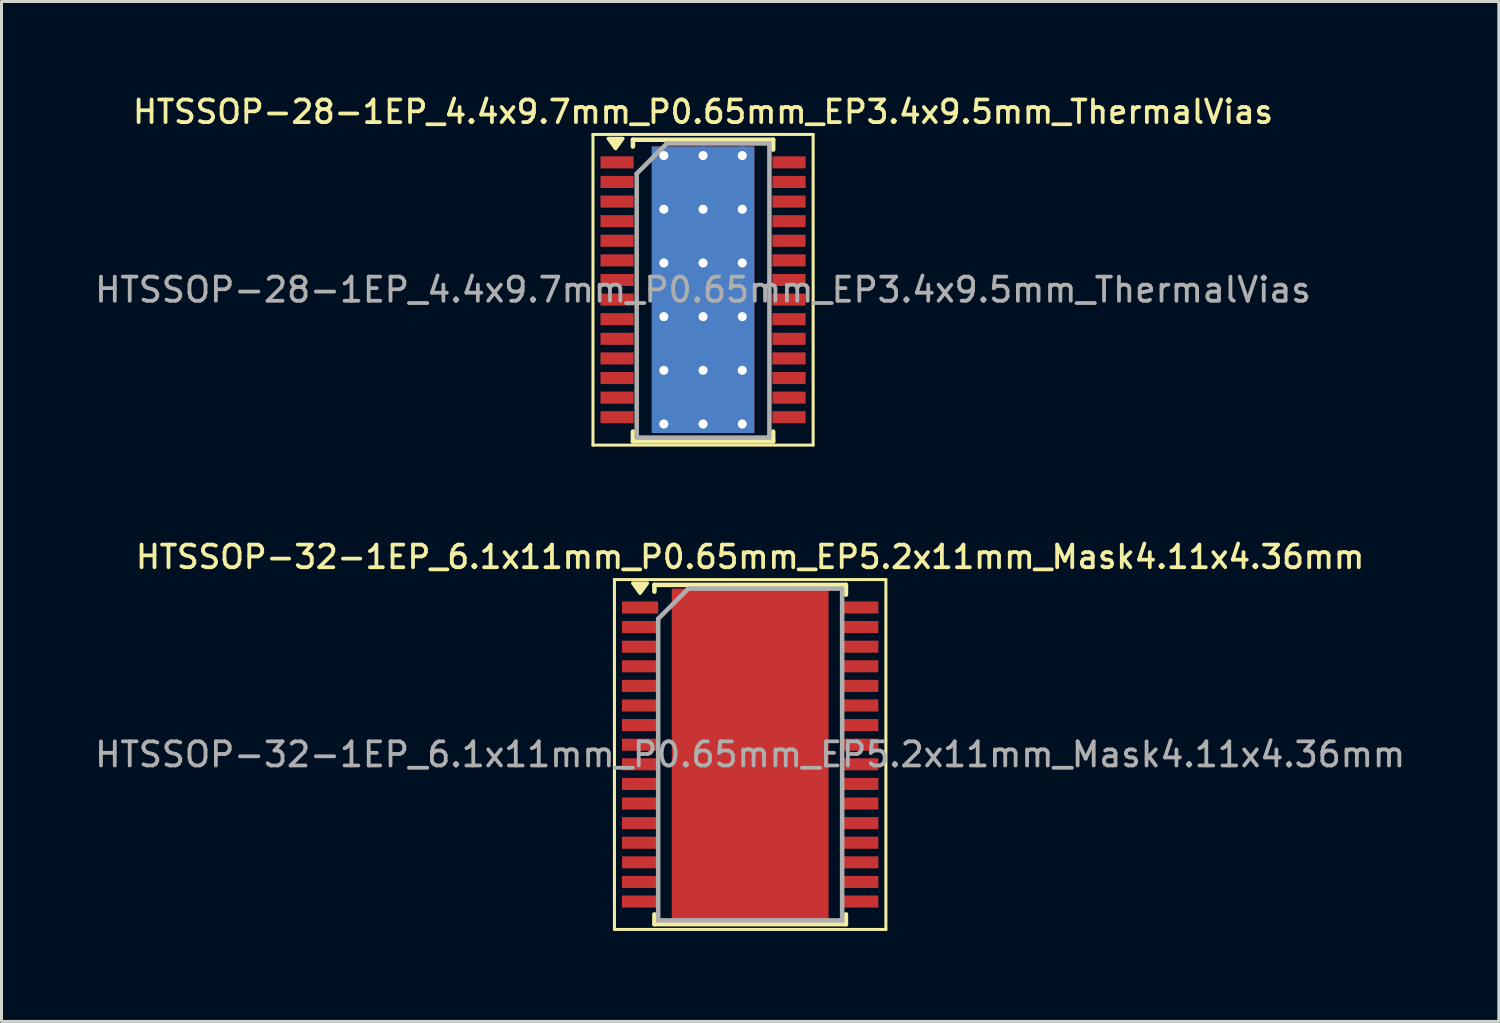
<source format=kicad_pcb>
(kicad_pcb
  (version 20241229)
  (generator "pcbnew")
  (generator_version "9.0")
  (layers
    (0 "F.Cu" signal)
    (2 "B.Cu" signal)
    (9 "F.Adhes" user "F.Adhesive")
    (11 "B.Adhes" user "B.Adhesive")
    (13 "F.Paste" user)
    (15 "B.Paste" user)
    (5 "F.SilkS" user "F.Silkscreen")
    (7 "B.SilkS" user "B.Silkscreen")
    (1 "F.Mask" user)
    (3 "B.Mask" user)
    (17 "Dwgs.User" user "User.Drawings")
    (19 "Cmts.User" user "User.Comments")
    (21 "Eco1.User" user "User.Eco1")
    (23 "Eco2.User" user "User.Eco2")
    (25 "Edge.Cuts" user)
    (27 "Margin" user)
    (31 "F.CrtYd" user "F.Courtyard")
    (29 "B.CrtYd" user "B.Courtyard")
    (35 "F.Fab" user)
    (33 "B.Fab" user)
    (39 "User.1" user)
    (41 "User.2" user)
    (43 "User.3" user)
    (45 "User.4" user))
  (footprint "HTSSOP-28-1EP_4.4x9.7mm_P0.65mm_EP3.4x9.5mm_ThermalVias"
    (layer "F.Cu")
    (at 20.26 6.558)
    (property "Reference" "HTSSOP-28-1EP_4.4x9.7mm_P0.65mm_EP3.4x9.5mm_ThermalVias" (at 0 -5.9 0) (layer "F.SilkS") (effects (font (size 0.75 0.75) (thickness 0.125))))
    (attr smd)
    (fp_line (start -3.65 -5.15) (end -3.65 5.15) (stroke (width 0.1) (type solid)) (layer "F.SilkS"))
    (fp_line (start -3.65 -5.15) (end 3.65 -5.15) (stroke (width 0.1) (type solid)) (layer "F.SilkS"))
    (fp_line (start -3.65 5.15) (end 3.65 5.15) (stroke (width 0.1) (type solid)) (layer "F.SilkS"))
    (fp_line (start -2.325 -4.975) (end -2.325 -4.75) (stroke (width 0.15) (type solid)) (layer "F.SilkS"))
    (fp_line (start -2.325 -4.975) (end 2.325 -4.975) (stroke (width 0.15) (type solid)) (layer "F.SilkS"))
    (fp_line (start -2.325 5.026) (end -2.325 4.701) (stroke (width 0.15) (type solid)) (layer "F.SilkS"))
    (fp_line (start -2.325 5.026) (end 2.325 5.026) (stroke (width 0.15) (type solid)) (layer "F.SilkS"))
    (fp_line (start 2.325 -4.975) (end 2.325 -4.65) (stroke (width 0.15) (type solid)) (layer "F.SilkS"))
    (fp_line (start 2.325 5.026) (end 2.325 4.701) (stroke (width 0.15) (type solid)) (layer "F.SilkS"))
    (fp_line (start 3.65 -5.15) (end 3.65 5.15) (stroke (width 0.1) (type solid)) (layer "F.SilkS"))
    (fp_poly (pts (xy -2.9 -4.685) (xy -3.14 -5.015) (xy -2.66 -5.015) (xy -2.9 -4.685)) (stroke (width 0.12) (type solid)) (fill yes) (layer "F.SilkS"))
    (fp_line (start -2.2 -3.85) (end -1.2 -4.85) (stroke (width 0.15) (type solid)) (layer "F.Fab"))
    (fp_line (start -2.2 4.85) (end -2.2 -3.85) (stroke (width 0.15) (type solid)) (layer "F.Fab"))
    (fp_line (start -1.2 -4.85) (end 2.2 -4.85) (stroke (width 0.15) (type solid)) (layer "F.Fab"))
    (fp_line (start 2.2 -4.85) (end 2.2 4.85) (stroke (width 0.15) (type solid)) (layer "F.Fab"))
    (fp_line (start 2.2 4.901) (end -2.2 4.901) (stroke (width 0.15) (type solid)) (layer "F.Fab"))
    (fp_text user "${REFERENCE}" (at 0 0 0) (layer "F.Fab") (effects (font (size 0.8 0.8) (thickness 0.125))))
    (pad "" smd rect (at -0.85 -3.56) (size 1.4 1.4) (layers "F.Paste"))
    (pad "" smd rect (at -0.85 -1.78) (size 1.4 1.4) (layers "F.Paste"))
    (pad "" smd rect (at -0.85 0) (size 1.4 1.4) (layers "F.Paste"))
    (pad "" smd rect (at -0.85 1.78) (size 1.4 1.4) (layers "F.Paste"))
    (pad "" smd rect (at -0.85 3.56) (size 1.4 1.4) (layers "F.Paste"))
    (pad "" smd rect (at 0.85 -3.56) (size 1.4 1.4) (layers "F.Paste"))
    (pad "" smd rect (at 0.85 -1.78) (size 1.4 1.4) (layers "F.Paste"))
    (pad "" smd rect (at 0.85 0) (size 1.4 1.4) (layers "F.Paste"))
    (pad "" smd rect (at 0.85 1.78) (size 1.4 1.4) (layers "F.Paste"))
    (pad "" smd rect (at 0.85 3.56) (size 1.4 1.4) (layers "F.Paste"))
    (pad "1" smd rect (at -2.85 -4.225) (size 1.1 0.4) (layers "F.Cu" "F.Mask" "F.Paste"))
    (pad "2" smd rect (at -2.85 -3.575) (size 1.1 0.4) (layers "F.Cu" "F.Mask" "F.Paste"))
    (pad "3" smd rect (at -2.85 -2.925) (size 1.1 0.4) (layers "F.Cu" "F.Mask" "F.Paste"))
    (pad "4" smd rect (at -2.85 -2.275) (size 1.1 0.4) (layers "F.Cu" "F.Mask" "F.Paste"))
    (pad "5" smd rect (at -2.85 -1.625) (size 1.1 0.4) (layers "F.Cu" "F.Mask" "F.Paste"))
    (pad "6" smd rect (at -2.85 -0.975) (size 1.1 0.4) (layers "F.Cu" "F.Mask" "F.Paste"))
    (pad "7" smd rect (at -2.85 -0.325) (size 1.1 0.4) (layers "F.Cu" "F.Mask" "F.Paste"))
    (pad "8" smd rect (at -2.85 0.325) (size 1.1 0.4) (layers "F.Cu" "F.Mask" "F.Paste"))
    (pad "9" smd rect (at -2.85 0.975) (size 1.1 0.4) (layers "F.Cu" "F.Mask" "F.Paste"))
    (pad "10" smd rect (at -2.85 1.625) (size 1.1 0.4) (layers "F.Cu" "F.Mask" "F.Paste"))
    (pad "11" smd rect (at -2.85 2.275) (size 1.1 0.4) (layers "F.Cu" "F.Mask" "F.Paste"))
    (pad "12" smd rect (at -2.85 2.925) (size 1.1 0.4) (layers "F.Cu" "F.Mask" "F.Paste"))
    (pad "13" smd rect (at -2.85 3.575) (size 1.1 0.4) (layers "F.Cu" "F.Mask" "F.Paste"))
    (pad "14" smd rect (at -2.85 4.225) (size 1.1 0.4) (layers "F.Cu" "F.Mask" "F.Paste"))
    (pad "15" smd rect (at 2.85 4.225) (size 1.1 0.4) (layers "F.Cu" "F.Mask" "F.Paste"))
    (pad "16" smd rect (at 2.85 3.575) (size 1.1 0.4) (layers "F.Cu" "F.Mask" "F.Paste"))
    (pad "17" smd rect (at 2.85 2.925) (size 1.1 0.4) (layers "F.Cu" "F.Mask" "F.Paste"))
    (pad "18" smd rect (at 2.85 2.275) (size 1.1 0.4) (layers "F.Cu" "F.Mask" "F.Paste"))
    (pad "19" smd rect (at 2.85 1.625) (size 1.1 0.4) (layers "F.Cu" "F.Mask" "F.Paste"))
    (pad "20" smd rect (at 2.85 0.975) (size 1.1 0.4) (layers "F.Cu" "F.Mask" "F.Paste"))
    (pad "21" smd rect (at 2.85 0.325) (size 1.1 0.4) (layers "F.Cu" "F.Mask" "F.Paste"))
    (pad "22" smd rect (at 2.85 -0.325) (size 1.1 0.4) (layers "F.Cu" "F.Mask" "F.Paste"))
    (pad "23" smd rect (at 2.85 -0.975) (size 1.1 0.4) (layers "F.Cu" "F.Mask" "F.Paste"))
    (pad "24" smd rect (at 2.85 -1.625) (size 1.1 0.4) (layers "F.Cu" "F.Mask" "F.Paste"))
    (pad "25" smd rect (at 2.85 -2.275) (size 1.1 0.4) (layers "F.Cu" "F.Mask" "F.Paste"))
    (pad "26" smd rect (at 2.85 -2.925) (size 1.1 0.4) (layers "F.Cu" "F.Mask" "F.Paste"))
    (pad "27" smd rect (at 2.85 -3.575) (size 1.1 0.4) (layers "F.Cu" "F.Mask" "F.Paste"))
    (pad "28" smd rect (at 2.85 -4.225) (size 1.1 0.4) (layers "F.Cu" "F.Mask" "F.Paste"))
    (pad "29" thru_hole circle (at -1.3 -4.45) (size 0.6 0.6) (drill 0.3) (layers "*.Cu"))
    (pad "29" thru_hole circle (at -1.3 -2.67) (size 0.6 0.6) (drill 0.3) (layers "*.Cu"))
    (pad "29" thru_hole circle (at -1.3 -0.89) (size 0.6 0.6) (drill 0.3) (layers "*.Cu"))
    (pad "29" thru_hole circle (at -1.3 0.89) (size 0.6 0.6) (drill 0.3) (layers "*.Cu"))
    (pad "29" thru_hole circle (at -1.3 2.67) (size 0.6 0.6) (drill 0.3) (layers "*.Cu"))
    (pad "29" thru_hole circle (at -1.3 4.45) (size 0.6 0.6) (drill 0.3) (layers "*.Cu"))
    (pad "29" thru_hole circle (at 0 -4.45) (size 0.6 0.6) (drill 0.3) (layers "*.Cu"))
    (pad "29" thru_hole circle (at 0 -2.67) (size 0.6 0.6) (drill 0.3) (layers "*.Cu"))
    (pad "29" thru_hole circle (at 0 -0.89) (size 0.6 0.6) (drill 0.3) (layers "*.Cu"))
    (pad "29" smd rect (at 0 0) (size 3.4 9.5) (layers "F.Cu" "F.Mask"))
    (pad "29" smd rect (at 0 0) (size 3.4 9.5) (layers "B.Cu"))
    (pad "29" thru_hole circle (at 0 0.89) (size 0.6 0.6) (drill 0.3) (layers "*.Cu"))
    (pad "29" thru_hole circle (at 0 2.67) (size 0.6 0.6) (drill 0.3) (layers "*.Cu"))
    (pad "29" thru_hole circle (at 0 4.45) (size 0.6 0.6) (drill 0.3) (layers "*.Cu"))
    (pad "29" thru_hole circle (at 1.3 -4.45) (size 0.6 0.6) (drill 0.3) (layers "*.Cu"))
    (pad "29" thru_hole circle (at 1.3 -2.67) (size 0.6 0.6) (drill 0.3) (layers "*.Cu"))
    (pad "29" thru_hole circle (at 1.3 -0.89) (size 0.6 0.6) (drill 0.3) (layers "*.Cu"))
    (pad "29" thru_hole circle (at 1.3 0.89) (size 0.6 0.6) (drill 0.3) (layers "*.Cu"))
    (pad "29" thru_hole circle (at 1.3 2.67) (size 0.6 0.6) (drill 0.3) (layers "*.Cu"))
    (pad "29" thru_hole circle (at 1.3 4.45) (size 0.6 0.6) (drill 0.3) (layers "*.Cu")))
  (footprint "HTSSOP-32-1EP_6.1x11mm_P0.65mm_EP5.2x11mm_Mask4.11x4.36mm"
    (layer "F.Cu")
    (at 21.822 21.966)
    (property "Reference" "HTSSOP-32-1EP_6.1x11mm_P0.65mm_EP5.2x11mm_Mask4.11x4.36mm" (at 0 -6.55 0) (layer "F.SilkS") (effects (font (size 0.75 0.75) (thickness 0.125))))
    (attr smd)
    (fp_line (start -4.5 -5.8) (end -4.5 5.8) (stroke (width 0.1) (type solid)) (layer "F.SilkS"))
    (fp_line (start -4.5 5.8) (end 4.5 5.8) (stroke (width 0.1) (type solid)) (layer "F.SilkS"))
    (fp_line (start -3.175 -5.625) (end 3.175 -5.625) (stroke (width 0.15) (type solid)) (layer "F.SilkS"))
    (fp_line (start -3.175 -5.4) (end -3.175 -5.625) (stroke (width 0.15) (type solid)) (layer "F.SilkS"))
    (fp_line (start -3.175 5.3) (end -3.175 5.625) (stroke (width 0.15) (type solid)) (layer "F.SilkS"))
    (fp_line (start -3.175 5.625) (end 3.175 5.625) (stroke (width 0.15) (type solid)) (layer "F.SilkS"))
    (fp_line (start 3.175 -5.625) (end 3.175 -5.3) (stroke (width 0.15) (type solid)) (layer "F.SilkS"))
    (fp_line (start 3.175 5.625) (end 3.175 5.3) (stroke (width 0.15) (type solid)) (layer "F.SilkS"))
    (fp_line (start 4.5 -5.8) (end -4.5 -5.8) (stroke (width 0.1) (type solid)) (layer "F.SilkS"))
    (fp_line (start 4.5 5.8) (end 4.5 -5.8) (stroke (width 0.1) (type solid)) (layer "F.SilkS"))
    (fp_poly (pts (xy -3.65 -5.35) (xy -3.89 -5.68) (xy -3.41 -5.68) (xy -3.65 -5.35)) (stroke (width 0.12) (type solid)) (fill yes) (layer "F.SilkS"))
    (fp_line (start -3.05 -4.5) (end -2.05 -5.5) (stroke (width 0.15) (type solid)) (layer "F.Fab"))
    (fp_line (start -3.05 5.5) (end -3.05 -4.5) (stroke (width 0.15) (type solid)) (layer "F.Fab"))
    (fp_line (start -2.05 -5.5) (end 3.05 -5.5) (stroke (width 0.15) (type solid)) (layer "F.Fab"))
    (fp_line (start 3.05 -5.5) (end 3.05 5.5) (stroke (width 0.15) (type solid)) (layer "F.Fab"))
    (fp_line (start 3.05 5.5) (end -3.05 5.5) (stroke (width 0.15) (type solid)) (layer "F.Fab"))
    (fp_text user "${REFERENCE}" (at 0 0 0) (layer "F.Fab") (effects (font (size 0.8 0.8) (thickness 0.125))))
    (pad "" smd rect (at -1.37 -1.46) (size 1.07 1.16) (layers "F.Paste"))
    (pad "" smd rect (at -1.37 0) (size 1.07 1.16) (layers "F.Paste"))
    (pad "" smd rect (at -1.37 1.46) (size 1.07 1.16) (layers "F.Paste"))
    (pad "" smd rect (at 0 -1.46) (size 1.07 1.16) (layers "F.Paste"))
    (pad "" smd rect (at 0 0) (size 1.07 1.16) (layers "F.Paste"))
    (pad "" smd rect (at 0 0) (size 4.11 4.36) (layers "F.Mask"))
    (pad "" smd rect (at 0 1.46) (size 1.07 1.16) (layers "F.Paste"))
    (pad "" smd rect (at 1.37 -1.46) (size 1.07 1.16) (layers "F.Paste"))
    (pad "" smd rect (at 1.37 0) (size 1.07 1.16) (layers "F.Paste"))
    (pad "" smd rect (at 1.37 1.46) (size 1.07 1.16) (layers "F.Paste"))
    (pad "1" smd rect (at -3.65 -4.875) (size 1.2 0.4) (layers "F.Cu" "F.Mask" "F.Paste"))
    (pad "2" smd rect (at -3.65 -4.225) (size 1.2 0.4) (layers "F.Cu" "F.Mask" "F.Paste"))
    (pad "3" smd rect (at -3.65 -3.575) (size 1.2 0.4) (layers "F.Cu" "F.Mask" "F.Paste"))
    (pad "4" smd rect (at -3.65 -2.925) (size 1.2 0.4) (layers "F.Cu" "F.Mask" "F.Paste"))
    (pad "5" smd rect (at -3.65 -2.275) (size 1.2 0.4) (layers "F.Cu" "F.Mask" "F.Paste"))
    (pad "6" smd rect (at -3.65 -1.625) (size 1.2 0.4) (layers "F.Cu" "F.Mask" "F.Paste"))
    (pad "7" smd rect (at -3.65 -0.975) (size 1.2 0.4) (layers "F.Cu" "F.Mask" "F.Paste"))
    (pad "8" smd rect (at -3.65 -0.325) (size 1.2 0.4) (layers "F.Cu" "F.Mask" "F.Paste"))
    (pad "9" smd rect (at -3.65 0.325) (size 1.2 0.4) (layers "F.Cu" "F.Mask" "F.Paste"))
    (pad "10" smd rect (at -3.65 0.975) (size 1.2 0.4) (layers "F.Cu" "F.Mask" "F.Paste"))
    (pad "11" smd rect (at -3.65 1.625) (size 1.2 0.4) (layers "F.Cu" "F.Mask" "F.Paste"))
    (pad "12" smd rect (at -3.65 2.275) (size 1.2 0.4) (layers "F.Cu" "F.Mask" "F.Paste"))
    (pad "13" smd rect (at -3.65 2.925) (size 1.2 0.4) (layers "F.Cu" "F.Mask" "F.Paste"))
    (pad "14" smd rect (at -3.65 3.575) (size 1.2 0.4) (layers "F.Cu" "F.Mask" "F.Paste"))
    (pad "15" smd rect (at -3.65 4.225) (size 1.2 0.4) (layers "F.Cu" "F.Mask" "F.Paste"))
    (pad "16" smd rect (at -3.65 4.875) (size 1.2 0.4) (layers "F.Cu" "F.Mask" "F.Paste"))
    (pad "17" smd rect (at 3.65 4.875) (size 1.2 0.4) (layers "F.Cu" "F.Mask" "F.Paste"))
    (pad "18" smd rect (at 3.65 4.225) (size 1.2 0.4) (layers "F.Cu" "F.Mask" "F.Paste"))
    (pad "19" smd rect (at 3.65 3.575) (size 1.2 0.4) (layers "F.Cu" "F.Mask" "F.Paste"))
    (pad "20" smd rect (at 3.65 2.925) (size 1.2 0.4) (layers "F.Cu" "F.Mask" "F.Paste"))
    (pad "21" smd rect (at 3.65 2.275) (size 1.2 0.4) (layers "F.Cu" "F.Mask" "F.Paste"))
    (pad "22" smd rect (at 3.65 1.625) (size 1.2 0.4) (layers "F.Cu" "F.Mask" "F.Paste"))
    (pad "23" smd rect (at 3.65 0.975) (size 1.2 0.4) (layers "F.Cu" "F.Mask" "F.Paste"))
    (pad "24" smd rect (at 3.65 0.325) (size 1.2 0.4) (layers "F.Cu" "F.Mask" "F.Paste"))
    (pad "25" smd rect (at 3.65 -0.325) (size 1.2 0.4) (layers "F.Cu" "F.Mask" "F.Paste"))
    (pad "26" smd rect (at 3.65 -0.975) (size 1.2 0.4) (layers "F.Cu" "F.Mask" "F.Paste"))
    (pad "27" smd rect (at 3.65 -1.625) (size 1.2 0.4) (layers "F.Cu" "F.Mask" "F.Paste"))
    (pad "28" smd rect (at 3.65 -2.275) (size 1.2 0.4) (layers "F.Cu" "F.Mask" "F.Paste"))
    (pad "29" smd rect (at 3.65 -2.925) (size 1.2 0.4) (layers "F.Cu" "F.Mask" "F.Paste"))
    (pad "30" smd rect (at 3.65 -3.575) (size 1.2 0.4) (layers "F.Cu" "F.Mask" "F.Paste"))
    (pad "31" smd rect (at 3.65 -4.225) (size 1.2 0.4) (layers "F.Cu" "F.Mask" "F.Paste"))
    (pad "32" smd rect (at 3.65 -4.875) (size 1.2 0.4) (layers "F.Cu" "F.Mask" "F.Paste"))
    (pad "33" smd rect (at 0 0) (size 5.2 11) (layers "F.Cu")))
  (gr_rect
    (start -3 -3)
    (end 46.644 30.816)
    (stroke (width 0.1) (type default))
    (fill no)
    (layer "Edge.Cuts")))
</source>
